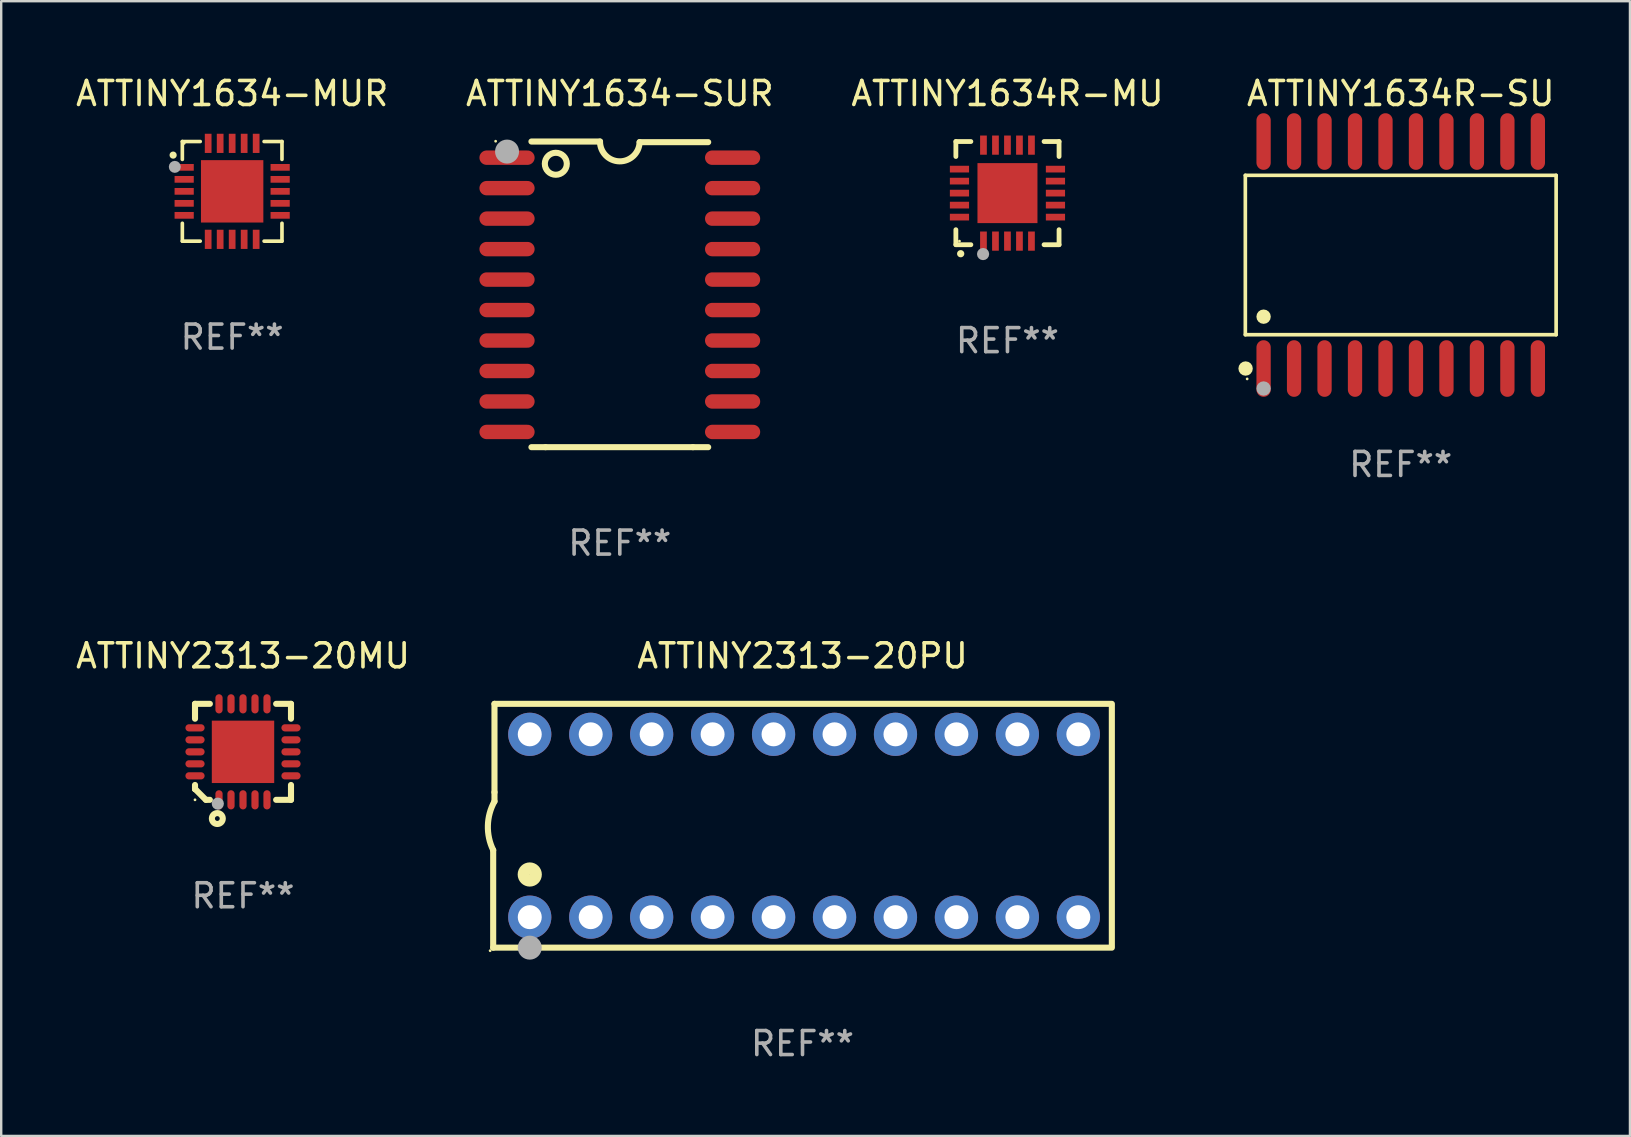
<source format=kicad_pcb>
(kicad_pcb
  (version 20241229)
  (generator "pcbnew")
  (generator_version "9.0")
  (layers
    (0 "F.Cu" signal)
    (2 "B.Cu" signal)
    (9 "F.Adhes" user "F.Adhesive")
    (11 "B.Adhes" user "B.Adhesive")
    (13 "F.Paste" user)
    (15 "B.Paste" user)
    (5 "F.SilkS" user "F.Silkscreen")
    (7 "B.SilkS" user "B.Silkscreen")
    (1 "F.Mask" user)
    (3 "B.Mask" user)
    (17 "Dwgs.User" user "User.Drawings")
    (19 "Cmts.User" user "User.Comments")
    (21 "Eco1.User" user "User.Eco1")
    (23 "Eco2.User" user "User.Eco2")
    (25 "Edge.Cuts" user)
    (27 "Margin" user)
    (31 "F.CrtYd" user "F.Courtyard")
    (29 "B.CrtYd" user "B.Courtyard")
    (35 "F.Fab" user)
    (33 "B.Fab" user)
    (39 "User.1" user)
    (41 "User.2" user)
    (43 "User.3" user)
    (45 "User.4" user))
  (footprint "ATTINY1634R-SU"
    (layer "F.Cu")
    (at 55.324 7.578)
    (property "Reference" "ATTINY1634R-SU" (at 0 -6.73 0) (layer "F.SilkS") (effects (font (size 1 1) (thickness 0.15))))
    (attr through_hole)
    (fp_line (start -6.476 -3.321) (end 6.476 -3.321) (stroke (width 0.152) (type solid)) (layer "F.SilkS"))
    (fp_line (start -6.476 3.321) (end -6.476 -3.321) (stroke (width 0.152) (type solid)) (layer "F.SilkS"))
    (fp_line (start 6.476 -3.321) (end 6.476 3.321) (stroke (width 0.152) (type solid)) (layer "F.SilkS"))
    (fp_line (start 6.476 3.321) (end -6.476 3.321) (stroke (width 0.152) (type solid)) (layer "F.SilkS"))
    (fp_circle (center -6.465 4.73) (end -6.315 4.73) (stroke (width 0.3) (type solid)) (fill no) (layer "F.SilkS"))
    (fp_circle (center -6.4 5.163) (end -6.37 5.163) (stroke (width 0.06) (type solid)) (fill no) (layer "F.SilkS"))
    (fp_circle (center -5.715 2.569) (end -5.565 2.569) (stroke (width 0.3) (type solid)) (fill no) (layer "F.SilkS"))
    (fp_circle (center -5.715 5.563) (end -5.565 5.563) (stroke (width 0.3) (type solid)) (fill no) (layer "F.Fab"))
    (fp_text user "REF**" (at 0 8.73 0) (layer "F.Fab") (effects (font (size 1 1) (thickness 0.15))))
    (pad "1" smd oval (at -5.715 4.73) (size 0.595 2.36) (layers "F.Cu" "F.Mask" "F.Paste"))
    (pad "2" smd oval (at -4.445 4.73) (size 0.595 2.36) (layers "F.Cu" "F.Mask" "F.Paste"))
    (pad "3" smd oval (at -3.175 4.73) (size 0.595 2.36) (layers "F.Cu" "F.Mask" "F.Paste"))
    (pad "4" smd oval (at -1.905 4.73) (size 0.595 2.36) (layers "F.Cu" "F.Mask" "F.Paste"))
    (pad "5" smd oval (at -0.635 4.73) (size 0.595 2.36) (layers "F.Cu" "F.Mask" "F.Paste"))
    (pad "6" smd oval (at 0.635 4.73) (size 0.595 2.36) (layers "F.Cu" "F.Mask" "F.Paste"))
    (pad "7" smd oval (at 1.905 4.73) (size 0.595 2.36) (layers "F.Cu" "F.Mask" "F.Paste"))
    (pad "8" smd oval (at 3.175 4.73) (size 0.595 2.36) (layers "F.Cu" "F.Mask" "F.Paste"))
    (pad "9" smd oval (at 4.445 4.73) (size 0.595 2.36) (layers "F.Cu" "F.Mask" "F.Paste"))
    (pad "10" smd oval (at 5.715 4.73) (size 0.595 2.36) (layers "F.Cu" "F.Mask" "F.Paste"))
    (pad "11" smd oval (at 5.715 -4.73) (size 0.595 2.36) (layers "F.Cu" "F.Mask" "F.Paste"))
    (pad "12" smd oval (at 4.445 -4.73) (size 0.595 2.36) (layers "F.Cu" "F.Mask" "F.Paste"))
    (pad "13" smd oval (at 3.175 -4.73) (size 0.595 2.36) (layers "F.Cu" "F.Mask" "F.Paste"))
    (pad "14" smd oval (at 1.905 -4.73) (size 0.595 2.36) (layers "F.Cu" "F.Mask" "F.Paste"))
    (pad "15" smd oval (at 0.635 -4.73) (size 0.595 2.36) (layers "F.Cu" "F.Mask" "F.Paste"))
    (pad "16" smd oval (at -0.635 -4.73) (size 0.595 2.36) (layers "F.Cu" "F.Mask" "F.Paste"))
    (pad "17" smd oval (at -1.905 -4.73) (size 0.595 2.36) (layers "F.Cu" "F.Mask" "F.Paste"))
    (pad "18" smd oval (at -3.175 -4.73) (size 0.595 2.36) (layers "F.Cu" "F.Mask" "F.Paste"))
    (pad "19" smd oval (at -4.445 -4.73) (size 0.595 2.36) (layers "F.Cu" "F.Mask" "F.Paste"))
    (pad "20" smd oval (at -5.715 -4.73) (size 0.595 2.36) (layers "F.Cu" "F.Mask" "F.Paste")))
  (footprint "ATTINY2313-20PU"
    (layer "F.Cu")
    (at 30.394 31.362)
    (property "Reference" "ATTINY2313-20PU" (at 0 -7.08 0) (layer "F.SilkS") (effects (font (size 1 1) (thickness 0.15))))
    (attr through_hole)
    (fp_line (start -12.891 5.08) (end -12.891 1.016) (stroke (width 0.254) (type solid)) (layer "F.SilkS"))
    (fp_line (start -12.891 5.08) (end 12.891 5.08) (stroke (width 0.254) (type solid)) (layer "F.SilkS"))
    (fp_line (start -12.837 -5.08) (end -12.837 -1.397) (stroke (width 0.254) (type solid)) (layer "F.SilkS"))
    (fp_line (start -12.837 -5.08) (end 12.891 -5.08) (stroke (width 0.254) (type solid)) (layer "F.SilkS"))
    (fp_line (start -12.837 -1.397) (end -12.837 -1.016) (stroke (width 0.254) (type solid)) (layer "F.SilkS"))
    (fp_line (start 12.891 -5) (end 12.891 5) (stroke (width 0.254) (type solid)) (layer "F.SilkS"))
    (fp_arc (start -12.890526 1.016002) (mid -13.111945 -0.006602) (end -12.836525 -1.016002) (stroke (width 0.254001) (type solid)) (layer "F.SilkS"))
    (fp_circle (center -13.018 5.207) (end -12.988 5.207) (stroke (width 0.06) (type solid)) (fill no) (layer "F.SilkS"))
    (fp_circle (center -11.367 2.032) (end -11.113 2.032) (stroke (width 0.5) (type solid)) (fill no) (layer "F.SilkS"))
    (fp_circle (center -11.367 5.08) (end -11.117 5.08) (stroke (width 0.5) (type solid)) (fill no) (layer "F.Fab"))
    (fp_text user "REF**" (at 0 9.08 0) (layer "F.Fab") (effects (font (size 1 1) (thickness 0.15))))
    (pad "1" thru_hole circle (at -11.367 3.81) (size 1.8 1.8) (drill 1) (layers "*.Cu" "*.Mask"))
    (pad "2" thru_hole circle (at -8.827 3.81) (size 1.8 1.8) (drill 1) (layers "*.Cu" "*.Mask"))
    (pad "3" thru_hole circle (at -6.287 3.81) (size 1.8 1.8) (drill 1) (layers "*.Cu" "*.Mask"))
    (pad "4" thru_hole circle (at -3.747 3.81) (size 1.8 1.8) (drill 1) (layers "*.Cu" "*.Mask"))
    (pad "5" thru_hole circle (at -1.207 3.81) (size 1.8 1.8) (drill 1) (layers "*.Cu" "*.Mask"))
    (pad "6" thru_hole circle (at 1.334 3.81) (size 1.8 1.8) (drill 1) (layers "*.Cu" "*.Mask"))
    (pad "7" thru_hole circle (at 3.874 3.81) (size 1.8 1.8) (drill 1) (layers "*.Cu" "*.Mask"))
    (pad "8" thru_hole circle (at 6.414 3.81) (size 1.8 1.8) (drill 1) (layers "*.Cu" "*.Mask"))
    (pad "9" thru_hole circle (at 8.954 3.81) (size 1.8 1.8) (drill 1) (layers "*.Cu" "*.Mask"))
    (pad "10" thru_hole circle (at 11.494 3.81) (size 1.8 1.8) (drill 1) (layers "*.Cu" "*.Mask"))
    (pad "11" thru_hole circle (at 11.494 -3.81) (size 1.8 1.8) (drill 1) (layers "*.Cu" "*.Mask"))
    (pad "12" thru_hole circle (at 8.954 -3.81) (size 1.8 1.8) (drill 1) (layers "*.Cu" "*.Mask"))
    (pad "13" thru_hole circle (at 6.414 -3.81) (size 1.8 1.8) (drill 1) (layers "*.Cu" "*.Mask"))
    (pad "14" thru_hole circle (at 3.874 -3.81) (size 1.8 1.8) (drill 1) (layers "*.Cu" "*.Mask"))
    (pad "15" thru_hole circle (at 1.334 -3.81) (size 1.8 1.8) (drill 1) (layers "*.Cu" "*.Mask"))
    (pad "16" thru_hole circle (at -1.207 -3.81) (size 1.8 1.8) (drill 1) (layers "*.Cu" "*.Mask"))
    (pad "17" thru_hole circle (at -3.747 -3.81) (size 1.8 1.8) (drill 1) (layers "*.Cu" "*.Mask"))
    (pad "18" thru_hole circle (at -6.287 -3.81) (size 1.8 1.8) (drill 1) (layers "*.Cu" "*.Mask"))
    (pad "19" thru_hole circle (at -8.827 -3.81) (size 1.8 1.8) (drill 1) (layers "*.Cu" "*.Mask"))
    (pad "20" thru_hole circle (at -11.367 -3.81) (size 1.8 1.8) (drill 1) (layers "*.Cu" "*.Mask")))
  (footprint "ATTINY1634-MUR"
    (layer "F.Cu")
    (at 6.625 4.924)
    (property "Reference" "ATTINY1634-MUR" (at 0 -4.076 0) (layer "F.SilkS") (effects (font (size 1 1) (thickness 0.15))))
    (attr through_hole)
    (fp_line (start -2.076 -2.076) (end -2.076 -1.331) (stroke (width 0.152) (type solid)) (layer "F.SilkS"))
    (fp_line (start -2.076 2.076) (end -2.076 1.331) (stroke (width 0.152) (type solid)) (layer "F.SilkS"))
    (fp_line (start -1.331 -2.076) (end -2.076 -2.076) (stroke (width 0.152) (type solid)) (layer "F.SilkS"))
    (fp_line (start -1.331 2.076) (end -2.076 2.076) (stroke (width 0.152) (type solid)) (layer "F.SilkS"))
    (fp_line (start 1.331 -2.076) (end 2.076 -2.076) (stroke (width 0.152) (type solid)) (layer "F.SilkS"))
    (fp_line (start 1.331 2.076) (end 2.076 2.076) (stroke (width 0.152) (type solid)) (layer "F.SilkS"))
    (fp_line (start 2.076 -2.076) (end 2.076 -1.331) (stroke (width 0.152) (type solid)) (layer "F.SilkS"))
    (fp_line (start 2.076 2.076) (end 2.076 1.331) (stroke (width 0.152) (type solid)) (layer "F.SilkS"))
    (fp_circle (center -2.46 -1.51) (end -2.385 -1.51) (stroke (width 0.15) (type solid)) (fill no) (layer "F.SilkS"))
    (fp_circle (center -2 -2) (end -1.97 -2) (stroke (width 0.06) (type solid)) (fill no) (layer "F.SilkS"))
    (fp_circle (center -2.39 -1.02) (end -2.265 -1.02) (stroke (width 0.25) (type solid)) (fill no) (layer "F.Fab"))
    (fp_text user "REF**" (at 0 6.076 0) (layer "F.Fab") (effects (font (size 1 1) (thickness 0.15))))
    (pad "1" smd rect (at -2 -1) (size 0.8 0.28) (layers "F.Cu" "F.Mask" "F.Paste"))
    (pad "2" smd rect (at -2 -0.5) (size 0.8 0.28) (layers "F.Cu" "F.Mask" "F.Paste"))
    (pad "3" smd rect (at -2 0) (size 0.8 0.28) (layers "F.Cu" "F.Mask" "F.Paste"))
    (pad "4" smd rect (at -2 0.5) (size 0.8 0.28) (layers "F.Cu" "F.Mask" "F.Paste"))
    (pad "5" smd rect (at -2 1) (size 0.8 0.28) (layers "F.Cu" "F.Mask" "F.Paste"))
    (pad "6" smd rect (at -1 2) (size 0.28 0.8) (layers "F.Cu" "F.Mask" "F.Paste"))
    (pad "7" smd rect (at -0.5 2) (size 0.28 0.8) (layers "F.Cu" "F.Mask" "F.Paste"))
    (pad "8" smd rect (at 0 2) (size 0.28 0.8) (layers "F.Cu" "F.Mask" "F.Paste"))
    (pad "9" smd rect (at 0.5 2) (size 0.28 0.8) (layers "F.Cu" "F.Mask" "F.Paste"))
    (pad "10" smd rect (at 1 2) (size 0.28 0.8) (layers "F.Cu" "F.Mask" "F.Paste"))
    (pad "11" smd rect (at 2 1) (size 0.8 0.28) (layers "F.Cu" "F.Mask" "F.Paste"))
    (pad "12" smd rect (at 2 0.5) (size 0.8 0.28) (layers "F.Cu" "F.Mask" "F.Paste"))
    (pad "13" smd rect (at 2 0) (size 0.8 0.28) (layers "F.Cu" "F.Mask" "F.Paste"))
    (pad "14" smd rect (at 2 -0.5) (size 0.8 0.28) (layers "F.Cu" "F.Mask" "F.Paste"))
    (pad "15" smd rect (at 2 -1) (size 0.8 0.28) (layers "F.Cu" "F.Mask" "F.Paste"))
    (pad "16" smd rect (at 1 -2) (size 0.28 0.8) (layers "F.Cu" "F.Mask" "F.Paste"))
    (pad "17" smd rect (at 0.5 -2) (size 0.28 0.8) (layers "F.Cu" "F.Mask" "F.Paste"))
    (pad "18" smd rect (at 0 -2) (size 0.28 0.8) (layers "F.Cu" "F.Mask" "F.Paste"))
    (pad "19" smd rect (at -0.5 -2) (size 0.28 0.8) (layers "F.Cu" "F.Mask" "F.Paste"))
    (pad "20" smd rect (at -1 -2) (size 0.28 0.8) (layers "F.Cu" "F.Mask" "F.Paste"))
    (pad "21" smd rect (at 0 0) (size 2.6 2.6) (layers "F.Cu" "F.Mask" "F.Paste")))
  (footprint "ATTINY1634-SUR"
    (layer "F.Cu")
    (at 22.78 9.217)
    (property "Reference" "ATTINY1634-SUR" (at 0 -8.369 0) (layer "F.SilkS") (effects (font (size 1 1) (thickness 0.15))))
    (attr through_hole)
    (fp_line (start -3.096 6.369) (end -3.683 6.369) (stroke (width 0.254) (type solid)) (layer "F.SilkS"))
    (fp_line (start -0.825 -6.369) (end -3.683 -6.369) (stroke (width 0.254) (type solid)) (layer "F.SilkS"))
    (fp_line (start 0.826 -6.343) (end 3.683 -6.343) (stroke (width 0.254) (type solid)) (layer "F.SilkS"))
    (fp_line (start 3.048 6.369) (end -3.096 6.369) (stroke (width 0.254) (type solid)) (layer "F.SilkS"))
    (fp_line (start 3.048 6.369) (end 3.683 6.369) (stroke (width 0.254) (type solid)) (layer "F.SilkS"))
    (fp_arc (start 0.825527 -6.343129) (mid -0.012478 -5.543126) (end -0.825476 -6.36853) (stroke (width 0.254001) (type solid)) (layer "F.SilkS"))
    (fp_circle (center -5.175 -6.382) (end -5.145 -6.382) (stroke (width 0.06) (type solid)) (fill no) (layer "F.SilkS"))
    (fp_circle (center -2.667 -5.442) (end -2.209 -5.442) (stroke (width 0.254) (type solid)) (fill no) (layer "F.SilkS"))
    (fp_circle (center -4.699 -5.95) (end -4.449 -5.95) (stroke (width 0.5) (type solid)) (fill no) (layer "F.Fab"))
    (fp_text user "REF**" (at 0 10.369 0) (layer "F.Fab") (effects (font (size 1 1) (thickness 0.15))))
    (pad "1" smd oval (at -4.7 -5.696 90) (size 0.6 2.3) (layers "F.Cu" "F.Mask" "F.Paste"))
    (pad "2" smd oval (at -4.7 -4.426 90) (size 0.6 2.3) (layers "F.Cu" "F.Mask" "F.Paste"))
    (pad "3" smd oval (at -4.7 -3.156 90) (size 0.6 2.3) (layers "F.Cu" "F.Mask" "F.Paste"))
    (pad "4" smd oval (at -4.7 -1.886 90) (size 0.6 2.3) (layers "F.Cu" "F.Mask" "F.Paste"))
    (pad "5" smd oval (at -4.7 -0.616 90) (size 0.6 2.3) (layers "F.Cu" "F.Mask" "F.Paste"))
    (pad "6" smd oval (at -4.7 0.654 90) (size 0.6 2.3) (layers "F.Cu" "F.Mask" "F.Paste"))
    (pad "7" smd oval (at -4.7 1.924 90) (size 0.6 2.3) (layers "F.Cu" "F.Mask" "F.Paste"))
    (pad "8" smd oval (at -4.7 3.194 90) (size 0.6 2.3) (layers "F.Cu" "F.Mask" "F.Paste"))
    (pad "9" smd oval (at -4.7 4.464 90) (size 0.6 2.3) (layers "F.Cu" "F.Mask" "F.Paste"))
    (pad "10" smd oval (at -4.7 5.734 90) (size 0.6 2.3) (layers "F.Cu" "F.Mask" "F.Paste"))
    (pad "11" smd oval (at 4.7 5.734 90) (size 0.6 2.3) (layers "F.Cu" "F.Mask" "F.Paste"))
    (pad "12" smd oval (at 4.7 4.464 90) (size 0.6 2.3) (layers "F.Cu" "F.Mask" "F.Paste"))
    (pad "13" smd oval (at 4.7 3.194 90) (size 0.6 2.3) (layers "F.Cu" "F.Mask" "F.Paste"))
    (pad "14" smd oval (at 4.7 1.924 90) (size 0.6 2.3) (layers "F.Cu" "F.Mask" "F.Paste"))
    (pad "15" smd oval (at 4.7 0.654 90) (size 0.6 2.3) (layers "F.Cu" "F.Mask" "F.Paste"))
    (pad "16" smd oval (at 4.7 -0.616 90) (size 0.6 2.3) (layers "F.Cu" "F.Mask" "F.Paste"))
    (pad "17" smd oval (at 4.7 -1.886 90) (size 0.6 2.3) (layers "F.Cu" "F.Mask" "F.Paste"))
    (pad "18" smd oval (at 4.7 -3.156 90) (size 0.6 2.3) (layers "F.Cu" "F.Mask" "F.Paste"))
    (pad "19" smd oval (at 4.7 -4.426 90) (size 0.6 2.3) (layers "F.Cu" "F.Mask" "F.Paste"))
    (pad "20" smd oval (at 4.7 -5.696 90) (size 0.6 2.3) (layers "F.Cu" "F.Mask" "F.Paste")))
  (footprint "ATTINY2313-20MU"
    (layer "F.Cu")
    (at 7.077 28.282)
    (property "Reference" "ATTINY2313-20MU" (at 0 -4 0) (layer "F.SilkS") (effects (font (size 1 1) (thickness 0.15))))
    (attr through_hole)
    (fp_line (start -2 -2) (end -2 -1.381) (stroke (width 0.254) (type solid)) (layer "F.SilkS"))
    (fp_line (start -2 -2) (end -1.381 -2) (stroke (width 0.254) (type solid)) (layer "F.SilkS"))
    (fp_line (start -2 1.381) (end -2 1.55) (stroke (width 0.254) (type solid)) (layer "F.SilkS"))
    (fp_line (start -2 1.554) (end -1.993 1.554) (stroke (width 0.254) (type solid)) (layer "F.SilkS"))
    (fp_line (start -1.993 1.554) (end -1.548 2) (stroke (width 0.254) (type solid)) (layer "F.SilkS"))
    (fp_line (start -1.381 2) (end -1.54 2) (stroke (width 0.254) (type solid)) (layer "F.SilkS"))
    (fp_line (start 1.381 -2) (end 2 -2) (stroke (width 0.254) (type solid)) (layer "F.SilkS"))
    (fp_line (start 2 -2) (end 2 -1.381) (stroke (width 0.254) (type solid)) (layer "F.SilkS"))
    (fp_line (start 2 1.381) (end 2 2) (stroke (width 0.254) (type solid)) (layer "F.SilkS"))
    (fp_line (start 2 2) (end 1.381 2) (stroke (width 0.254) (type solid)) (layer "F.SilkS"))
    (fp_circle (center -2 2) (end -1.97 2) (stroke (width 0.06) (type solid)) (fill no) (layer "F.SilkS"))
    (fp_circle (center -1.07 2.78) (end -0.97 2.78) (stroke (width 0.254) (type solid)) (fill no) (layer "F.SilkS"))
    (fp_circle (center -1.05 2.16) (end -0.923 2.16) (stroke (width 0.254) (type solid)) (fill no) (layer "F.Fab"))
    (fp_text user "REF**" (at 0 6 0) (layer "F.Fab") (effects (font (size 1 1) (thickness 0.15))))
    (pad "1" smd oval (at -1 2 90) (size 0.8 0.3) (layers "F.Cu" "F.Mask" "F.Paste"))
    (pad "2" smd oval (at -0.5 2 90) (size 0.8 0.3) (layers "F.Cu" "F.Mask" "F.Paste"))
    (pad "3" smd oval (at 0.000064 2 90) (size 0.8 0.3) (layers "F.Cu" "F.Mask" "F.Paste"))
    (pad "4" smd oval (at 0.5 2 90) (size 0.8 0.3) (layers "F.Cu" "F.Mask" "F.Paste"))
    (pad "5" smd oval (at 1 2 90) (size 0.8 0.3) (layers "F.Cu" "F.Mask" "F.Paste"))
    (pad "6" smd oval (at 2 1 90) (size 0.3 0.8) (layers "F.Cu" "F.Mask" "F.Paste"))
    (pad "7" smd oval (at 2 0.5 90) (size 0.3 0.8) (layers "F.Cu" "F.Mask" "F.Paste"))
    (pad "8" smd oval (at 2 0.000064 90) (size 0.3 0.8) (layers "F.Cu" "F.Mask" "F.Paste"))
    (pad "9" smd oval (at 2 -0.5 90) (size 0.3 0.8) (layers "F.Cu" "F.Mask" "F.Paste"))
    (pad "10" smd oval (at 2 -1 90) (size 0.3 0.8) (layers "F.Cu" "F.Mask" "F.Paste"))
    (pad "11" smd oval (at 1 -2 90) (size 0.8 0.3) (layers "F.Cu" "F.Mask" "F.Paste"))
    (pad "12" smd oval (at 0.5 -2 90) (size 0.8 0.3) (layers "F.Cu" "F.Mask" "F.Paste"))
    (pad "13" smd oval (at 0.000064 -2 90) (size 0.8 0.3) (layers "F.Cu" "F.Mask" "F.Paste"))
    (pad "14" smd oval (at -0.5 -2 90) (size 0.8 0.3) (layers "F.Cu" "F.Mask" "F.Paste"))
    (pad "15" smd oval (at -1 -2 90) (size 0.8 0.3) (layers "F.Cu" "F.Mask" "F.Paste"))
    (pad "16" smd oval (at -2 -1 90) (size 0.3 0.8) (layers "F.Cu" "F.Mask" "F.Paste"))
    (pad "17" smd oval (at -2 -0.5 90) (size 0.3 0.8) (layers "F.Cu" "F.Mask" "F.Paste"))
    (pad "18" smd oval (at -2 0.000064 90) (size 0.3 0.8) (layers "F.Cu" "F.Mask" "F.Paste"))
    (pad "19" smd oval (at -2 0.5 90) (size 0.3 0.8) (layers "F.Cu" "F.Mask" "F.Paste"))
    (pad "20" smd oval (at -2 1 90) (size 0.3 0.8) (layers "F.Cu" "F.Mask" "F.Paste"))
    (pad "21" smd rect (at 0.000064 0.000064 90) (size 2.6 2.6) (layers "F.Cu" "F.Mask" "F.Paste")))
  (footprint "ATTINY1634R-MU"
    (layer "F.Cu")
    (at 38.935 4.998)
    (property "Reference" "ATTINY1634R-MU" (at 0 -4.15 0) (layer "F.SilkS") (effects (font (size 1 1) (thickness 0.15))))
    (attr through_hole)
    (fp_line (start -2.15 -2.15) (end -2.15 -1.525) (stroke (width 0.2) (type solid)) (layer "F.SilkS"))
    (fp_line (start -2.15 2.15) (end -2.15 1.525) (stroke (width 0.2) (type solid)) (layer "F.SilkS"))
    (fp_line (start -1.525 -2.15) (end -2.15 -2.15) (stroke (width 0.2) (type solid)) (layer "F.SilkS"))
    (fp_line (start -1.525 2.15) (end -2.15 2.15) (stroke (width 0.2) (type solid)) (layer "F.SilkS"))
    (fp_line (start 1.525 2.15) (end 2.15 2.15) (stroke (width 0.2) (type solid)) (layer "F.SilkS"))
    (fp_line (start 2.15 -2.15) (end 1.525 -2.15) (stroke (width 0.2) (type solid)) (layer "F.SilkS"))
    (fp_line (start 2.15 -1.525) (end 2.15 -2.15) (stroke (width 0.2) (type solid)) (layer "F.SilkS"))
    (fp_line (start 2.15 2.15) (end 2.15 1.525) (stroke (width 0.2) (type solid)) (layer "F.SilkS"))
    (fp_arc (start -1.950724 2.524765) (mid -1.949454 2.52476) (end -1.948184 2.524765) (stroke (width 0.3) (type solid)) (layer "F.SilkS"))
    (fp_circle (center -2 2) (end -1.97 2) (stroke (width 0.06) (type solid)) (fill no) (layer "F.SilkS"))
    (fp_circle (center -1.016 2.54) (end -0.889 2.54) (stroke (width 0.254) (type solid)) (fill no) (layer "F.Fab"))
    (fp_text user "REF**" (at 0 6.15 0) (layer "F.Fab") (effects (font (size 1 1) (thickness 0.15))))
    (pad "1" smd rect (at -1 2) (size 0.28 0.8) (layers "F.Cu" "F.Mask" "F.Paste"))
    (pad "2" smd rect (at -0.5 2) (size 0.28 0.8) (layers "F.Cu" "F.Mask" "F.Paste"))
    (pad "3" smd rect (at 0 2) (size 0.28 0.8) (layers "F.Cu" "F.Mask" "F.Paste"))
    (pad "4" smd rect (at 0.5 2) (size 0.28 0.8) (layers "F.Cu" "F.Mask" "F.Paste"))
    (pad "5" smd rect (at 1 2) (size 0.28 0.8) (layers "F.Cu" "F.Mask" "F.Paste"))
    (pad "6" smd rect (at 2 1) (size 0.8 0.28) (layers "F.Cu" "F.Mask" "F.Paste"))
    (pad "7" smd rect (at 2 0.5) (size 0.8 0.28) (layers "F.Cu" "F.Mask" "F.Paste"))
    (pad "8" smd rect (at 2 0) (size 0.8 0.28) (layers "F.Cu" "F.Mask" "F.Paste"))
    (pad "9" smd rect (at 2 -0.5) (size 0.8 0.28) (layers "F.Cu" "F.Mask" "F.Paste"))
    (pad "10" smd rect (at 2 -1) (size 0.8 0.28) (layers "F.Cu" "F.Mask" "F.Paste"))
    (pad "11" smd rect (at 1 -2) (size 0.28 0.8) (layers "F.Cu" "F.Mask" "F.Paste"))
    (pad "12" smd rect (at 0.5 -2) (size 0.28 0.8) (layers "F.Cu" "F.Mask" "F.Paste"))
    (pad "13" smd rect (at 0 -2) (size 0.28 0.8) (layers "F.Cu" "F.Mask" "F.Paste"))
    (pad "14" smd rect (at -0.5 -2) (size 0.28 0.8) (layers "F.Cu" "F.Mask" "F.Paste"))
    (pad "15" smd rect (at -1 -2) (size 0.28 0.8) (layers "F.Cu" "F.Mask" "F.Paste"))
    (pad "16" smd rect (at -2 -1) (size 0.8 0.28) (layers "F.Cu" "F.Mask" "F.Paste"))
    (pad "17" smd rect (at -2 -0.5) (size 0.8 0.28) (layers "F.Cu" "F.Mask" "F.Paste"))
    (pad "18" smd rect (at -2 0) (size 0.8 0.28) (layers "F.Cu" "F.Mask" "F.Paste"))
    (pad "19" smd rect (at -2 0.5) (size 0.8 0.28) (layers "F.Cu" "F.Mask" "F.Paste"))
    (pad "20" smd rect (at -2 1) (size 0.8 0.28) (layers "F.Cu" "F.Mask" "F.Paste"))
    (pad "21" smd rect (at 0 0) (size 2.5 2.5) (layers "F.Cu" "F.Mask" "F.Paste")))
  (gr_rect
    (start -3 -3)
    (end 64.877 44.29)
    (stroke (width 0.1) (type default))
    (fill no)
    (layer "Edge.Cuts")))
</source>
